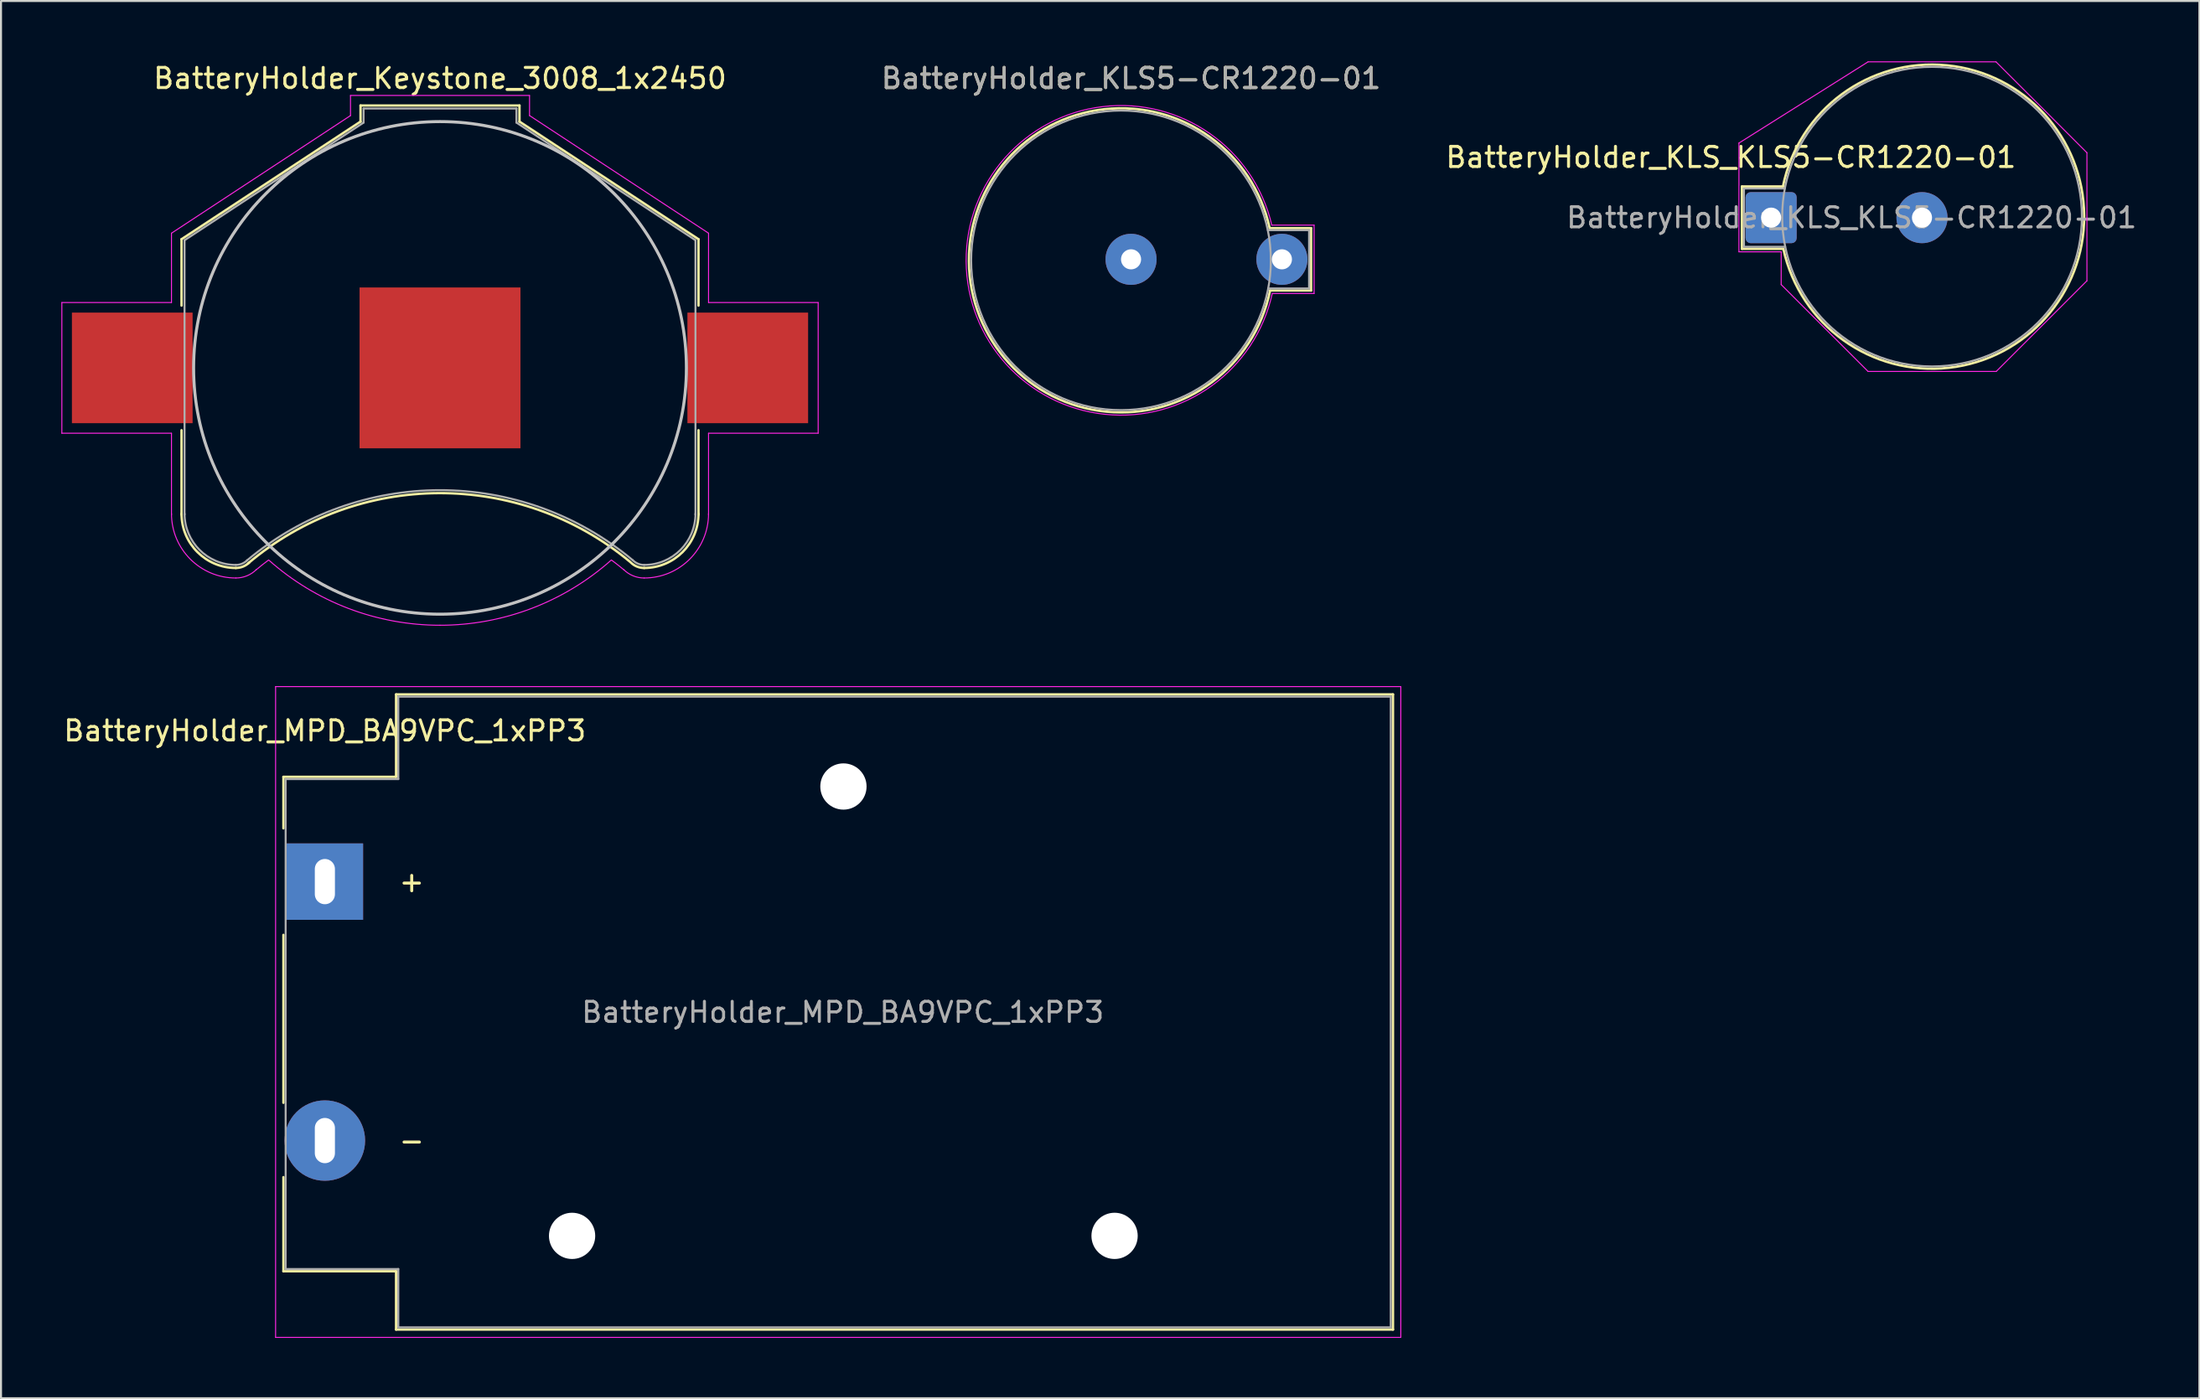
<source format=kicad_pcb>
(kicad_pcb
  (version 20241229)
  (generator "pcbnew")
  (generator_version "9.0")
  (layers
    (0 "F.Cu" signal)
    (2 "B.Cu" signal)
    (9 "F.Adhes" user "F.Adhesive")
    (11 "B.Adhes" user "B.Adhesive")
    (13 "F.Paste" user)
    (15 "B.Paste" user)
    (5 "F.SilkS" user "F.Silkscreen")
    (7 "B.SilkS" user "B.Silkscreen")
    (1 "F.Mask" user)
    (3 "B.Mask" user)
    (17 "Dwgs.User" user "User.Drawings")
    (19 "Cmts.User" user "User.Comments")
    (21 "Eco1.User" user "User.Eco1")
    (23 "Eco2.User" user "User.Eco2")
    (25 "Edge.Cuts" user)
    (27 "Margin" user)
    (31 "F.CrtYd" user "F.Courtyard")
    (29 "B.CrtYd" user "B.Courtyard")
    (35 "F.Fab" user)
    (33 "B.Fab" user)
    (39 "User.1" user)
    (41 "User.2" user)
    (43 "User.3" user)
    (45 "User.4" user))
  (footprint "BatteryHolder_MPD_BA9VPC_1xPP3"
    (layer "F.Cu")
    (at 13.101 40.798)
    (property "Reference" "BatteryHolder_MPD_BA9VPC_1xPP3" (at 0 -7.5 0) (layer "F.SilkS") (effects (font (size 1 1) (thickness 0.15))))
    (attr through_hole)
    (fp_line (start -2.06 -5.21) (end -2.06 -2.65) (stroke (width 0.12) (type solid)) (layer "F.SilkS"))
    (fp_line (start -2.06 2.65) (end -2.06 11) (stroke (width 0.12) (type solid)) (layer "F.SilkS"))
    (fp_line (start -2.06 19.38) (end -2.06 14.7) (stroke (width 0.12) (type solid)) (layer "F.SilkS"))
    (fp_line (start 3.54 -9.31) (end 3.54 -5.21) (stroke (width 0.12) (type solid)) (layer "F.SilkS"))
    (fp_line (start 3.54 -5.21) (end -2.06 -5.21) (stroke (width 0.12) (type solid)) (layer "F.SilkS"))
    (fp_line (start 3.54 19.38) (end -2.06 19.38) (stroke (width 0.12) (type solid)) (layer "F.SilkS"))
    (fp_line (start 3.54 22.28) (end 3.54 19.38) (stroke (width 0.12) (type solid)) (layer "F.SilkS"))
    (fp_line (start 53.1 -9.31) (end 3.54 -9.31) (stroke (width 0.12) (type solid)) (layer "F.SilkS"))
    (fp_line (start 53.1 22.28) (end 3.54 22.28) (stroke (width 0.12) (type solid)) (layer "F.SilkS"))
    (fp_line (start 53.1 22.28) (end 53.1 -9.31) (stroke (width 0.12) (type solid)) (layer "F.SilkS"))
    (fp_line (start -2.45 -9.7) (end -2.45 22.67) (stroke (width 0.05) (type solid)) (layer "F.CrtYd"))
    (fp_line (start -2.45 -9.7) (end 53.49 -9.7) (stroke (width 0.05) (type solid)) (layer "F.CrtYd"))
    (fp_line (start -2.45 22.67) (end 53.49 22.67) (stroke (width 0.05) (type solid)) (layer "F.CrtYd"))
    (fp_line (start 53.49 22.67) (end 53.49 -9.7) (stroke (width 0.05) (type solid)) (layer "F.CrtYd"))
    (fp_line (start -1.95 19.27) (end -1.95 -5.1) (stroke (width 0.1) (type solid)) (layer "F.Fab"))
    (fp_line (start 3.65 -9.2) (end 52.99 -9.2) (stroke (width 0.1) (type solid)) (layer "F.Fab"))
    (fp_line (start 3.65 -5.1) (end -1.95 -5.1) (stroke (width 0.1) (type solid)) (layer "F.Fab"))
    (fp_line (start 3.65 -5.1) (end 3.65 -9.2) (stroke (width 0.1) (type solid)) (layer "F.Fab"))
    (fp_line (start 3.65 19.27) (end -1.95 19.27) (stroke (width 0.1) (type solid)) (layer "F.Fab"))
    (fp_line (start 3.65 22.17) (end 3.65 19.27) (stroke (width 0.1) (type solid)) (layer "F.Fab"))
    (fp_line (start 3.65 22.17) (end 52.99 22.17) (stroke (width 0.1) (type solid)) (layer "F.Fab"))
    (fp_line (start 52.99 22.17) (end 52.99 -9.2) (stroke (width 0.1) (type solid)) (layer "F.Fab"))
    (fp_text user "+" (at 3.6 0 0) (layer "F.SilkS") (effects (font (size 1 1) (thickness 0.15)) (justify left)))
    (fp_text user "-" (at 3.6 12.88 0) (layer "F.SilkS") (effects (font (size 1 1) (thickness 0.15)) (justify left)))
    (fp_text user "${REFERENCE}" (at 25.75 6.5 0) (layer "F.Fab") (effects (font (size 1 1) (thickness 0.15))))
    (pad "" np_thru_hole circle (at 12.29 17.62) (size 2.3 2.3) (drill 2.3) (layers "*.Cu" "*.Mask"))
    (pad "" np_thru_hole circle (at 25.78 -4.73) (size 2.3 2.3) (drill 2.3) (layers "*.Cu" "*.Mask"))
    (pad "" np_thru_hole circle (at 39.26 17.62) (size 2.3 2.3) (drill 2.3) (layers "*.Cu" "*.Mask"))
    (pad "1" thru_hole rect (at 0 0) (size 3.8 3.8) (drill oval 1 2.25) (layers "*.Cu" "*.Mask"))
    (pad "2" thru_hole circle (at 0 12.88) (size 4 4) (drill oval 1 2.25) (layers "*.Cu" "*.Mask")))
  (footprint "BatteryHolder_KLS_KLS5-CR1220-01"
    (layer "F.Cu")
    (at 85.001 7.775)
    (property "Reference" "BatteryHolder_KLS_KLS5-CR1220-01" (at -2 -3 180) (layer "F.SilkS") (effects (font (size 1 1) (thickness 0.15))))
    (attr through_hole)
    (fp_line (start -1.45 -1.55) (end 0.6 -1.55) (stroke (width 0.12) (type solid)) (layer "F.SilkS"))
    (fp_line (start -1.45 1.55) (end -1.45 -1.55) (stroke (width 0.12) (type solid)) (layer "F.SilkS"))
    (fp_line (start 0.6 1.55) (end -1.45 1.55) (stroke (width 0.12) (type solid)) (layer "F.SilkS"))
    (fp_arc (start 0.59 -1.56) (mid 15.562116 -0.100983) (end 0.611033 1.559774) (stroke (width 0.12) (type solid)) (layer "F.SilkS"))
    (fp_line (start -1.6 -3.71) (end 4.82 -7.75) (stroke (width 0.05) (type solid)) (layer "F.CrtYd"))
    (fp_line (start -1.6 1.7) (end -1.6 -3.71) (stroke (width 0.05) (type solid)) (layer "F.CrtYd"))
    (fp_line (start 0.5 1.7) (end -1.6 1.7) (stroke (width 0.05) (type solid)) (layer "F.CrtYd"))
    (fp_line (start 0.5 3.33) (end 0.5 1.7) (stroke (width 0.05) (type solid)) (layer "F.CrtYd"))
    (fp_line (start 4.82 -7.75) (end 11.18 -7.75) (stroke (width 0.05) (type solid)) (layer "F.CrtYd"))
    (fp_line (start 4.82 7.65) (end 0.5 3.33) (stroke (width 0.05) (type solid)) (layer "F.CrtYd"))
    (fp_line (start 11.18 -7.75) (end 15.7 -3.23) (stroke (width 0.05) (type solid)) (layer "F.CrtYd"))
    (fp_line (start 11.19 7.65) (end 4.82 7.65) (stroke (width 0.05) (type solid)) (layer "F.CrtYd"))
    (fp_line (start 15.7 -3.23) (end 15.7 3.14) (stroke (width 0.05) (type solid)) (layer "F.CrtYd"))
    (fp_line (start 15.7 3.14) (end 11.19 7.65) (stroke (width 0.05) (type solid)) (layer "F.CrtYd"))
    (fp_line (start -1.35 -1.45) (end 0.675 -1.45) (stroke (width 0.1) (type solid)) (layer "F.Fab"))
    (fp_line (start -1.35 1.45) (end -1.35 -1.45) (stroke (width 0.1) (type solid)) (layer "F.Fab"))
    (fp_line (start -1.35 1.45) (end 0.7 1.45) (stroke (width 0.1) (type solid)) (layer "F.Fab"))
    (fp_circle (center 8 -0.05) (end 0.55 -0.05) (stroke (width 0.1) (type solid)) (fill no) (layer "F.Fab"))
    (fp_text user "${REFERENCE}" (at 4 0 180) (layer "F.Fab") (effects (font (size 1 1) (thickness 0.15))))
    (pad "1" thru_hole roundrect (at 0 0) (size 2.54 2.54) (drill 1) (layers "*.Cu" "*.Mask") (roundrect_rratio 0.1))
    (pad "2" thru_hole circle (at 7.5 0) (size 2.54 2.54) (drill 1) (layers "*.Cu" "*.Mask")))
  (footprint "BatteryHolder_Keystone_3008_1x2450"
    (layer "F.Cu")
    (at 18.825 15.248)
    (property "Reference" "BatteryHolder_Keystone_3008_1x2450" (at 0 -14.4 0) (layer "F.SilkS") (effects (font (size 1 1) (thickness 0.15))))
    (attr smd)
    (fp_line (start -12.85 -6.4) (end -12.85 -3.1) (stroke (width 0.12) (type solid)) (layer "F.SilkS"))
    (fp_line (start -12.85 3.1) (end -12.85 7.3) (stroke (width 0.12) (type solid)) (layer "F.SilkS"))
    (fp_line (start -3.95 -13.05) (end -3.95 -12.25) (stroke (width 0.12) (type solid)) (layer "F.SilkS"))
    (fp_line (start -3.95 -13.05) (end 3.95 -13.05) (stroke (width 0.12) (type solid)) (layer "F.SilkS"))
    (fp_line (start -3.95 -12.25) (end -12.85 -6.4) (stroke (width 0.12) (type solid)) (layer "F.SilkS"))
    (fp_line (start 3.95 -13.05) (end 3.95 -12.25) (stroke (width 0.12) (type solid)) (layer "F.SilkS"))
    (fp_line (start 3.95 -12.25) (end 12.85 -6.4) (stroke (width 0.12) (type solid)) (layer "F.SilkS"))
    (fp_line (start 12.85 -6.4) (end 12.85 -3.1) (stroke (width 0.12) (type solid)) (layer "F.SilkS"))
    (fp_line (start 12.85 3.1) (end 12.85 7.3) (stroke (width 0.12) (type solid)) (layer "F.SilkS"))
    (fp_arc (start -10.15 9.95) (mid -12.059188 9.159188) (end -12.85 7.25) (stroke (width 0.12) (type solid)) (layer "F.SilkS"))
    (fp_arc (start -9.55 9.73) (mid -0.071508 6.228057) (end 9.440443 9.638071) (stroke (width 0.12) (type solid)) (layer "F.SilkS"))
    (fp_arc (start -9.478249 9.671751) (mid -9.786451 9.877685) (end -10.15 9.95) (stroke (width 0.12) (type solid)) (layer "F.SilkS"))
    (fp_arc (start 10.15 9.95) (mid 9.786451 9.877686) (end 9.478249 9.671751) (stroke (width 0.12) (type solid)) (layer "F.SilkS"))
    (fp_arc (start 12.85 7.25) (mid 12.059188 9.159188) (end 10.15 9.95) (stroke (width 0.12) (type solid)) (layer "F.SilkS"))
    (fp_circle (center 0 0) (end 12.25 0) (stroke (width 0.15) (type solid)) (fill no) (layer "Dwgs.User"))
    (fp_line (start -18.8 -3.25) (end -18.8 3.25) (stroke (width 0.05) (type solid)) (layer "F.CrtYd"))
    (fp_line (start -18.8 3.25) (end -13.35 3.25) (stroke (width 0.05) (type solid)) (layer "F.CrtYd"))
    (fp_line (start -13.35 -6.7) (end -13.35 -3.25) (stroke (width 0.05) (type solid)) (layer "F.CrtYd"))
    (fp_line (start -13.35 -3.25) (end -18.8 -3.25) (stroke (width 0.05) (type solid)) (layer "F.CrtYd"))
    (fp_line (start -13.35 3.25) (end -13.35 7.3) (stroke (width 0.05) (type solid)) (layer "F.CrtYd"))
    (fp_line (start -4.45 -13.55) (end -4.45 -12.55) (stroke (width 0.05) (type solid)) (layer "F.CrtYd"))
    (fp_line (start -4.45 -13.55) (end 4.45 -13.55) (stroke (width 0.05) (type solid)) (layer "F.CrtYd"))
    (fp_line (start -4.45 -12.55) (end -13.35 -6.7) (stroke (width 0.05) (type solid)) (layer "F.CrtYd"))
    (fp_line (start 4.45 -13.55) (end 4.45 -12.55) (stroke (width 0.05) (type solid)) (layer "F.CrtYd"))
    (fp_line (start 4.45 -12.55) (end 13.35 -6.7) (stroke (width 0.05) (type solid)) (layer "F.CrtYd"))
    (fp_line (start 13.35 -6.7) (end 13.35 -3.25) (stroke (width 0.05) (type solid)) (layer "F.CrtYd"))
    (fp_line (start 13.35 -3.25) (end 18.8 -3.25) (stroke (width 0.05) (type solid)) (layer "F.CrtYd"))
    (fp_line (start 13.35 3.25) (end 13.35 7.3) (stroke (width 0.05) (type solid)) (layer "F.CrtYd"))
    (fp_line (start 18.8 -3.25) (end 18.8 3.25) (stroke (width 0.05) (type solid)) (layer "F.CrtYd"))
    (fp_line (start 18.8 3.25) (end 13.35 3.25) (stroke (width 0.05) (type solid)) (layer "F.CrtYd"))
    (fp_arc (start -10.15 10.45) (mid -12.412742 9.512742) (end -13.35 7.25) (stroke (width 0.05) (type solid)) (layer "F.CrtYd"))
    (fp_arc (start -9.15 10.05) (mid -8.840691 9.798786) (end -8.524488 9.556307) (stroke (width 0.05) (type solid)) (layer "F.CrtYd"))
    (fp_arc (start -9.124695 10.025305) (mid -9.595109 10.339626) (end -10.15 10.45) (stroke (width 0.05) (type solid)) (layer "F.CrtYd"))
    (fp_arc (start 0 12.8) (mid -4.55581 11.961797) (end -8.514949 9.556969) (stroke (width 0.05) (type solid)) (layer "F.CrtYd"))
    (fp_arc (start 8.514949 9.556969) (mid 4.55581 11.961798) (end 0 12.8) (stroke (width 0.05) (type solid)) (layer "F.CrtYd"))
    (fp_arc (start 8.524488 9.556307) (mid 8.840691 9.798786) (end 9.15 10.05) (stroke (width 0.05) (type solid)) (layer "F.CrtYd"))
    (fp_arc (start 10.15 10.45) (mid 9.595109 10.339625) (end 9.124695 10.025305) (stroke (width 0.05) (type solid)) (layer "F.CrtYd"))
    (fp_arc (start 13.35 7.25) (mid 12.412742 9.512742) (end 10.15 10.45) (stroke (width 0.05) (type solid)) (layer "F.CrtYd"))
    (fp_line (start -12.7 -6.35) (end -12.7 7.3) (stroke (width 0.1) (type solid)) (layer "F.Fab"))
    (fp_line (start -3.8 -12.9) (end -3.8 -12.2) (stroke (width 0.1) (type solid)) (layer "F.Fab"))
    (fp_line (start -3.8 -12.9) (end 3.8 -12.9) (stroke (width 0.1) (type solid)) (layer "F.Fab"))
    (fp_line (start -3.8 -12.2) (end -12.7 -6.35) (stroke (width 0.1) (type solid)) (layer "F.Fab"))
    (fp_line (start 3.8 -12.9) (end 3.8 -12.2) (stroke (width 0.1) (type solid)) (layer "F.Fab"))
    (fp_line (start 3.8 -12.2) (end 12.7 -6.35) (stroke (width 0.1) (type solid)) (layer "F.Fab"))
    (fp_line (start 12.7 -6.35) (end 12.7 7.3) (stroke (width 0.1) (type solid)) (layer "F.Fab"))
    (fp_arc (start -10.15 9.8) (mid -11.953122 9.053122) (end -12.7 7.25) (stroke (width 0.1) (type solid)) (layer "F.Fab"))
    (fp_arc (start -9.6 9.58) (mid -0.013392 6.081011) (end 9.579482 9.562783) (stroke (width 0.1) (type solid)) (layer "F.Fab"))
    (fp_arc (start -9.584315 9.565685) (mid -9.843853 9.739103) (end -10.15 9.8) (stroke (width 0.1) (type solid)) (layer "F.Fab"))
    (fp_arc (start 10.15 9.8) (mid 9.843853 9.739104) (end 9.584315 9.565685) (stroke (width 0.1) (type solid)) (layer "F.Fab"))
    (fp_arc (start 12.7 7.25) (mid 11.953122 9.053122) (end 10.15 9.8) (stroke (width 0.1) (type solid)) (layer "F.Fab"))
    (pad "1" smd rect (at -15.3 0) (size 6 5.5) (layers "F.Cu" "F.Mask" "F.Paste"))
    (pad "1" smd rect (at 15.3 0) (size 6 5.5) (layers "F.Cu" "F.Mask" "F.Paste"))
    (pad "2" smd rect (at 0 0) (size 8 8) (layers "F.Cu" "F.Mask")))
  (footprint "BatteryHolder_KLS5-CR1220-01"
    (layer "F.Cu")
    (at 53.18 9.848)
    (property "Reference" "BatteryHolder_KLS5-CR1220-01" (at 0 -9 180) (layer "F.SilkS") (effects (font (size 1 1) (thickness 0.15))))
    (attr through_hole)
    (fp_line (start 6.9 -1.55) (end 8.95 -1.55) (stroke (width 0.12) (type solid)) (layer "F.SilkS"))
    (fp_line (start 8.95 -1.55) (end 8.95 1.55) (stroke (width 0.12) (type solid)) (layer "F.SilkS"))
    (fp_line (start 8.95 1.55) (end 6.9 1.55) (stroke (width 0.12) (type solid)) (layer "F.SilkS"))
    (fp_arc (start 6.91 1.56) (mid -8.062116 0.100983) (end 6.888967 -1.559774) (stroke (width 0.12) (type solid)) (layer "F.SilkS"))
    (fp_line (start 7 -1.7) (end 9.1 -1.7) (stroke (width 0.05) (type solid)) (layer "F.CrtYd"))
    (fp_line (start 9.1 -1.7) (end 9.1 1.7) (stroke (width 0.05) (type solid)) (layer "F.CrtYd"))
    (fp_line (start 9.1 1.7) (end 7.02 1.7) (stroke (width 0.05) (type solid)) (layer "F.CrtYd"))
    (fp_arc (start 7.02 1.7) (mid -8.198721 0.100965) (end 6.997496 -1.699415) (stroke (width 0.05) (type solid)) (layer "F.CrtYd"))
    (fp_line (start 8.85 -1.45) (end 6.8 -1.45) (stroke (width 0.1) (type solid)) (layer "F.Fab"))
    (fp_line (start 8.85 -1.45) (end 8.85 1.45) (stroke (width 0.1) (type solid)) (layer "F.Fab"))
    (fp_line (start 8.85 1.45) (end 6.825 1.45) (stroke (width 0.1) (type solid)) (layer "F.Fab"))
    (fp_circle (center -0.5 0.05) (end 6.95 0.05) (stroke (width 0.1) (type solid)) (fill no) (layer "F.Fab"))
    (fp_text user "${REFERENCE}" (at 0 -9 180) (layer "F.Fab") (effects (font (size 1 1) (thickness 0.15))))
    (pad "1" thru_hole circle (at 7.5 0 180) (size 2.54 2.54) (drill 1) (layers "*.Cu" "*.Mask"))
    (pad "2" thru_hole circle (at 0 0 180) (size 2.54 2.54) (drill 1) (layers "*.Cu" "*.Mask")))
  (gr_rect
    (start -3 -3)
    (end 106.293 66.493)
    (stroke (width 0.1) (type default))
    (fill no)
    (layer "Edge.Cuts")))
</source>
